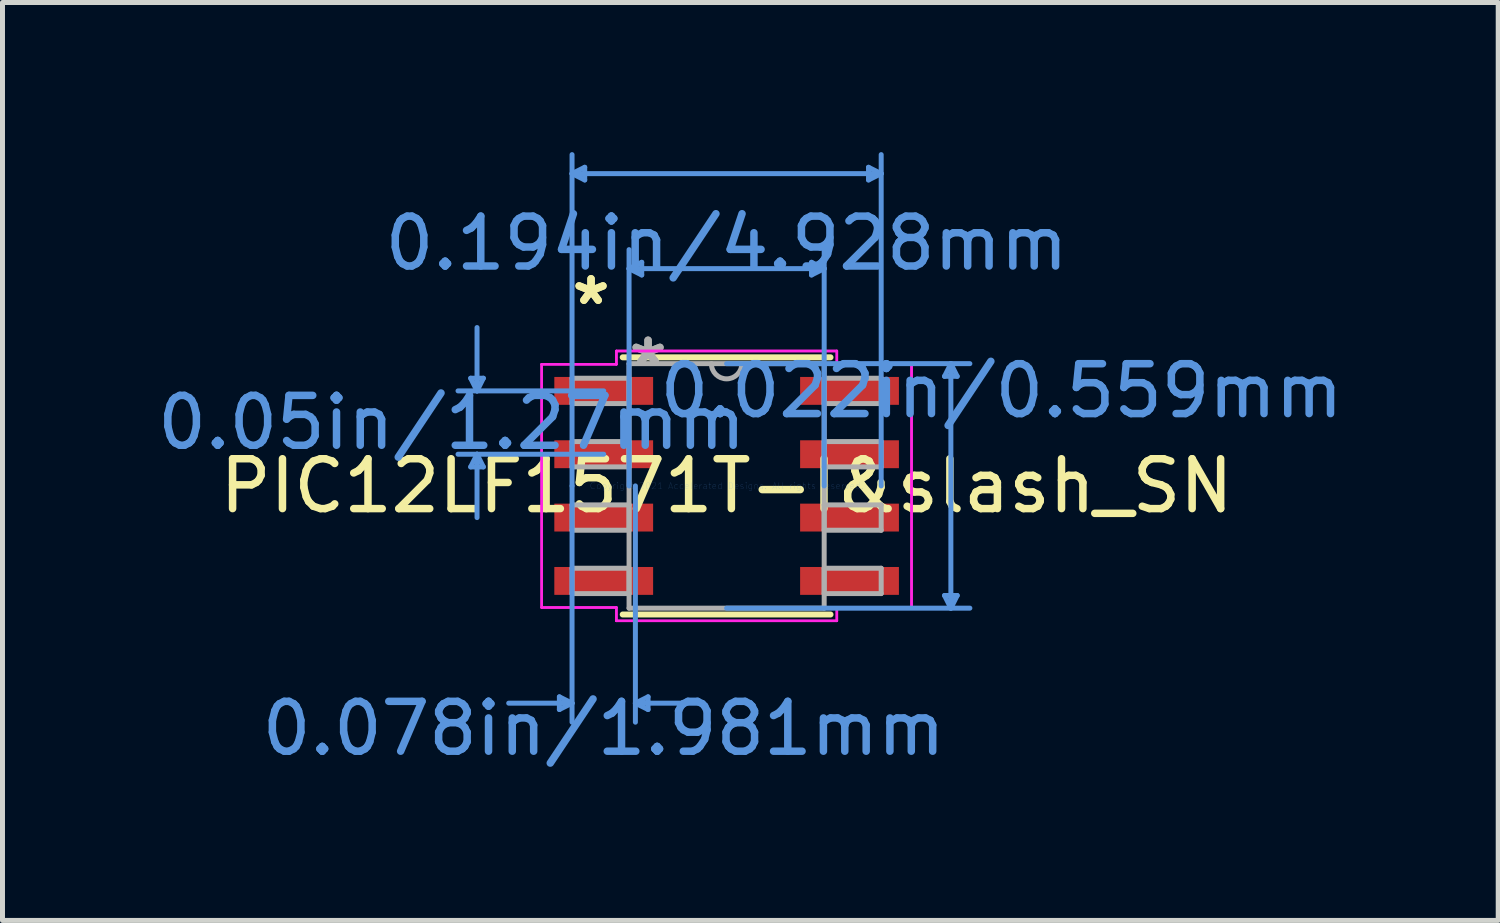
<source format=kicad_pcb>
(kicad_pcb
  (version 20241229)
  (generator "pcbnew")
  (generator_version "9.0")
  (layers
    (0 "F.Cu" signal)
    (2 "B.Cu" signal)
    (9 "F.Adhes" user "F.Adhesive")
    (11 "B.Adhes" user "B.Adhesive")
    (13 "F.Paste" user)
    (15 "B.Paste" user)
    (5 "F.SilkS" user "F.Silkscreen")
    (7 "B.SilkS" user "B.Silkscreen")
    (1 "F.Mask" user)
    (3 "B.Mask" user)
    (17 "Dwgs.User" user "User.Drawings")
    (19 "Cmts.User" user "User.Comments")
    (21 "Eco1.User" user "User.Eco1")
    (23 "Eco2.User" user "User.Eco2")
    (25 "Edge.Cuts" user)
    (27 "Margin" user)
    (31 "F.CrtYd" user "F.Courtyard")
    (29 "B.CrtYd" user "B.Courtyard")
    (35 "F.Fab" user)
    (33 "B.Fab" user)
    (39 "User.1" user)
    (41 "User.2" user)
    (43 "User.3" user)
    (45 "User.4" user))
  (footprint "PIC12LF1571T-I&slash_SN"
    (layer "F.Cu")
    (at 11.518 6.692)
    (property "Reference" "PIC12LF1571T-I&slash_SN" (at 0 0 0) (layer "F.SilkS") (effects (font (size 1 1) (thickness 0.15))))
    (attr through_hole)
    (fp_line (start -2.083 2.578) (end 2.083 2.578) (stroke (width 0.12) (type solid)) (layer "F.SilkS"))
    (fp_line (start 2.083 -2.578) (end -2.083 -2.578) (stroke (width 0.12) (type solid)) (layer "F.SilkS"))
    (fp_line (start -5.131 -2.159) (end -4.877 -2.159) (stroke (width 0.1) (type solid)) (layer "Cmts.User"))
    (fp_line (start -5.131 -0.381) (end -4.877 -0.381) (stroke (width 0.1) (type solid)) (layer "Cmts.User"))
    (fp_line (start -5.004 -1.905) (end -5.131 -2.159) (stroke (width 0.1) (type solid)) (layer "Cmts.User"))
    (fp_line (start -5.004 -1.905) (end -5.004 -3.175) (stroke (width 0.1) (type solid)) (layer "Cmts.User"))
    (fp_line (start -5.004 -1.905) (end -4.877 -2.159) (stroke (width 0.1) (type solid)) (layer "Cmts.User"))
    (fp_line (start -5.004 -0.635) (end -5.131 -0.381) (stroke (width 0.1) (type solid)) (layer "Cmts.User"))
    (fp_line (start -5.004 -0.635) (end -5.004 0.635) (stroke (width 0.1) (type solid)) (layer "Cmts.User"))
    (fp_line (start -5.004 -0.635) (end -4.877 -0.381) (stroke (width 0.1) (type solid)) (layer "Cmts.User"))
    (fp_line (start -3.353 4.229) (end -3.353 4.483) (stroke (width 0.1) (type solid)) (layer "Cmts.User"))
    (fp_line (start -3.099 -6.261) (end -2.845 -6.388) (stroke (width 0.1) (type solid)) (layer "Cmts.User"))
    (fp_line (start -3.099 -6.261) (end -2.845 -6.134) (stroke (width 0.1) (type solid)) (layer "Cmts.User"))
    (fp_line (start -3.099 -6.261) (end 3.099 -6.261) (stroke (width 0.1) (type solid)) (layer "Cmts.User"))
    (fp_line (start -3.099 0) (end -3.099 -6.642) (stroke (width 0.1) (type solid)) (layer "Cmts.User"))
    (fp_line (start -3.099 0) (end -3.099 4.737) (stroke (width 0.1) (type solid)) (layer "Cmts.User"))
    (fp_line (start -3.099 4.356) (end -4.369 4.356) (stroke (width 0.1) (type solid)) (layer "Cmts.User"))
    (fp_line (start -3.099 4.356) (end -3.353 4.229) (stroke (width 0.1) (type solid)) (layer "Cmts.User"))
    (fp_line (start -3.099 4.356) (end -3.353 4.483) (stroke (width 0.1) (type solid)) (layer "Cmts.User"))
    (fp_line (start -2.845 -6.388) (end -2.845 -6.134) (stroke (width 0.1) (type solid)) (layer "Cmts.User"))
    (fp_line (start -2.464 -1.905) (end -5.385 -1.905) (stroke (width 0.1) (type solid)) (layer "Cmts.User"))
    (fp_line (start -2.464 -0.635) (end -5.385 -0.635) (stroke (width 0.1) (type solid)) (layer "Cmts.User"))
    (fp_line (start -1.956 -4.356) (end -1.702 -4.483) (stroke (width 0.1) (type solid)) (layer "Cmts.User"))
    (fp_line (start -1.956 -4.356) (end -1.702 -4.229) (stroke (width 0.1) (type solid)) (layer "Cmts.User"))
    (fp_line (start -1.956 -4.356) (end 1.956 -4.356) (stroke (width 0.1) (type solid)) (layer "Cmts.User"))
    (fp_line (start -1.956 0) (end -1.956 -4.737) (stroke (width 0.1) (type solid)) (layer "Cmts.User"))
    (fp_line (start -1.829 0) (end -1.829 4.737) (stroke (width 0.1) (type solid)) (layer "Cmts.User"))
    (fp_line (start -1.829 4.356) (end -1.575 4.229) (stroke (width 0.1) (type solid)) (layer "Cmts.User"))
    (fp_line (start -1.829 4.356) (end -1.575 4.483) (stroke (width 0.1) (type solid)) (layer "Cmts.User"))
    (fp_line (start -1.829 4.356) (end -0.559 4.356) (stroke (width 0.1) (type solid)) (layer "Cmts.User"))
    (fp_line (start -1.702 -4.483) (end -1.702 -4.229) (stroke (width 0.1) (type solid)) (layer "Cmts.User"))
    (fp_line (start -1.575 4.229) (end -1.575 4.483) (stroke (width 0.1) (type solid)) (layer "Cmts.User"))
    (fp_line (start 0 -2.451) (end 4.877 -2.451) (stroke (width 0.1) (type solid)) (layer "Cmts.User"))
    (fp_line (start 0 2.451) (end 4.877 2.451) (stroke (width 0.1) (type solid)) (layer "Cmts.User"))
    (fp_line (start 1.702 -4.483) (end 1.702 -4.229) (stroke (width 0.1) (type solid)) (layer "Cmts.User"))
    (fp_line (start 1.956 -4.356) (end 1.702 -4.483) (stroke (width 0.1) (type solid)) (layer "Cmts.User"))
    (fp_line (start 1.956 -4.356) (end 1.702 -4.229) (stroke (width 0.1) (type solid)) (layer "Cmts.User"))
    (fp_line (start 1.956 0) (end 1.956 -4.737) (stroke (width 0.1) (type solid)) (layer "Cmts.User"))
    (fp_line (start 2.845 -6.388) (end 2.845 -6.134) (stroke (width 0.1) (type solid)) (layer "Cmts.User"))
    (fp_line (start 3.099 -6.261) (end 2.845 -6.388) (stroke (width 0.1) (type solid)) (layer "Cmts.User"))
    (fp_line (start 3.099 -6.261) (end 2.845 -6.134) (stroke (width 0.1) (type solid)) (layer "Cmts.User"))
    (fp_line (start 3.099 0) (end 3.099 -6.642) (stroke (width 0.1) (type solid)) (layer "Cmts.User"))
    (fp_line (start 4.369 -2.197) (end 4.623 -2.197) (stroke (width 0.1) (type solid)) (layer "Cmts.User"))
    (fp_line (start 4.369 2.197) (end 4.623 2.197) (stroke (width 0.1) (type solid)) (layer "Cmts.User"))
    (fp_line (start 4.496 -2.451) (end 4.369 -2.197) (stroke (width 0.1) (type solid)) (layer "Cmts.User"))
    (fp_line (start 4.496 -2.451) (end 4.496 2.451) (stroke (width 0.1) (type solid)) (layer "Cmts.User"))
    (fp_line (start 4.496 -2.451) (end 4.623 -2.197) (stroke (width 0.1) (type solid)) (layer "Cmts.User"))
    (fp_line (start 4.496 2.451) (end 4.369 2.197) (stroke (width 0.1) (type solid)) (layer "Cmts.User"))
    (fp_line (start 4.496 2.451) (end 4.623 2.197) (stroke (width 0.1) (type solid)) (layer "Cmts.User"))
    (fp_line (start -3.708 -2.438) (end -2.21 -2.438) (stroke (width 0.05) (type solid)) (layer "F.CrtYd"))
    (fp_line (start -3.708 -2.438) (end -2.21 -2.438) (stroke (width 0.05) (type solid)) (layer "F.CrtYd"))
    (fp_line (start -3.708 2.438) (end -3.708 -2.438) (stroke (width 0.05) (type solid)) (layer "F.CrtYd"))
    (fp_line (start -3.708 2.438) (end -3.708 -2.438) (stroke (width 0.05) (type solid)) (layer "F.CrtYd"))
    (fp_line (start -3.708 2.438) (end -2.21 2.438) (stroke (width 0.05) (type solid)) (layer "F.CrtYd"))
    (fp_line (start -2.21 -2.705) (end 2.21 -2.705) (stroke (width 0.05) (type solid)) (layer "F.CrtYd"))
    (fp_line (start -2.21 -2.705) (end 2.21 -2.705) (stroke (width 0.05) (type solid)) (layer "F.CrtYd"))
    (fp_line (start -2.21 -2.438) (end -2.21 -2.705) (stroke (width 0.05) (type solid)) (layer "F.CrtYd"))
    (fp_line (start -2.21 -2.438) (end -2.21 -2.705) (stroke (width 0.05) (type solid)) (layer "F.CrtYd"))
    (fp_line (start -2.21 2.438) (end -3.708 2.438) (stroke (width 0.05) (type solid)) (layer "F.CrtYd"))
    (fp_line (start -2.21 2.705) (end -2.21 2.438) (stroke (width 0.05) (type solid)) (layer "F.CrtYd"))
    (fp_line (start -2.21 2.705) (end -2.21 2.438) (stroke (width 0.05) (type solid)) (layer "F.CrtYd"))
    (fp_line (start 2.21 -2.705) (end 2.21 -2.438) (stroke (width 0.05) (type solid)) (layer "F.CrtYd"))
    (fp_line (start 2.21 -2.705) (end 2.21 -2.438) (stroke (width 0.05) (type solid)) (layer "F.CrtYd"))
    (fp_line (start 2.21 -2.438) (end 3.708 -2.438) (stroke (width 0.05) (type solid)) (layer "F.CrtYd"))
    (fp_line (start 2.21 2.438) (end 2.21 2.705) (stroke (width 0.05) (type solid)) (layer "F.CrtYd"))
    (fp_line (start 2.21 2.438) (end 2.21 2.705) (stroke (width 0.05) (type solid)) (layer "F.CrtYd"))
    (fp_line (start 2.21 2.705) (end -2.21 2.705) (stroke (width 0.05) (type solid)) (layer "F.CrtYd"))
    (fp_line (start 2.21 2.705) (end -2.21 2.705) (stroke (width 0.05) (type solid)) (layer "F.CrtYd"))
    (fp_line (start 3.708 -2.438) (end 2.21 -2.438) (stroke (width 0.05) (type solid)) (layer "F.CrtYd"))
    (fp_line (start 3.708 -2.438) (end 3.708 2.438) (stroke (width 0.05) (type solid)) (layer "F.CrtYd"))
    (fp_line (start 3.708 -2.438) (end 3.708 2.438) (stroke (width 0.05) (type solid)) (layer "F.CrtYd"))
    (fp_line (start 3.708 2.438) (end 2.21 2.438) (stroke (width 0.05) (type solid)) (layer "F.CrtYd"))
    (fp_line (start 3.708 2.438) (end 2.21 2.438) (stroke (width 0.05) (type solid)) (layer "F.CrtYd"))
    (fp_line (start -3.099 -2.159) (end -3.099 -1.651) (stroke (width 0.1) (type solid)) (layer "F.Fab"))
    (fp_line (start -3.099 -1.651) (end -1.956 -1.651) (stroke (width 0.1) (type solid)) (layer "F.Fab"))
    (fp_line (start -3.099 -0.889) (end -3.099 -0.381) (stroke (width 0.1) (type solid)) (layer "F.Fab"))
    (fp_line (start -3.099 -0.381) (end -1.956 -0.381) (stroke (width 0.1) (type solid)) (layer "F.Fab"))
    (fp_line (start -3.099 0.381) (end -3.099 0.889) (stroke (width 0.1) (type solid)) (layer "F.Fab"))
    (fp_line (start -3.099 0.889) (end -1.956 0.889) (stroke (width 0.1) (type solid)) (layer "F.Fab"))
    (fp_line (start -3.099 1.651) (end -3.099 2.159) (stroke (width 0.1) (type solid)) (layer "F.Fab"))
    (fp_line (start -3.099 2.159) (end -1.956 2.159) (stroke (width 0.1) (type solid)) (layer "F.Fab"))
    (fp_line (start -1.956 -2.451) (end -1.956 2.451) (stroke (width 0.1) (type solid)) (layer "F.Fab"))
    (fp_line (start -1.956 -2.159) (end -3.099 -2.159) (stroke (width 0.1) (type solid)) (layer "F.Fab"))
    (fp_line (start -1.956 -1.651) (end -1.956 -2.159) (stroke (width 0.1) (type solid)) (layer "F.Fab"))
    (fp_line (start -1.956 -0.889) (end -3.099 -0.889) (stroke (width 0.1) (type solid)) (layer "F.Fab"))
    (fp_line (start -1.956 -0.381) (end -1.956 -0.889) (stroke (width 0.1) (type solid)) (layer "F.Fab"))
    (fp_line (start -1.956 0.381) (end -3.099 0.381) (stroke (width 0.1) (type solid)) (layer "F.Fab"))
    (fp_line (start -1.956 0.889) (end -1.956 0.381) (stroke (width 0.1) (type solid)) (layer "F.Fab"))
    (fp_line (start -1.956 1.651) (end -3.099 1.651) (stroke (width 0.1) (type solid)) (layer "F.Fab"))
    (fp_line (start -1.956 2.159) (end -1.956 1.651) (stroke (width 0.1) (type solid)) (layer "F.Fab"))
    (fp_line (start -1.956 2.451) (end 1.956 2.451) (stroke (width 0.1) (type solid)) (layer "F.Fab"))
    (fp_line (start 1.956 -2.451) (end -1.956 -2.451) (stroke (width 0.1) (type solid)) (layer "F.Fab"))
    (fp_line (start 1.956 -2.159) (end 1.956 -1.651) (stroke (width 0.1) (type solid)) (layer "F.Fab"))
    (fp_line (start 1.956 -1.651) (end 3.099 -1.651) (stroke (width 0.1) (type solid)) (layer "F.Fab"))
    (fp_line (start 1.956 -0.889) (end 1.956 -0.381) (stroke (width 0.1) (type solid)) (layer "F.Fab"))
    (fp_line (start 1.956 -0.381) (end 3.099 -0.381) (stroke (width 0.1) (type solid)) (layer "F.Fab"))
    (fp_line (start 1.956 0.381) (end 1.956 0.889) (stroke (width 0.1) (type solid)) (layer "F.Fab"))
    (fp_line (start 1.956 0.889) (end 3.099 0.889) (stroke (width 0.1) (type solid)) (layer "F.Fab"))
    (fp_line (start 1.956 1.651) (end 1.956 2.159) (stroke (width 0.1) (type solid)) (layer "F.Fab"))
    (fp_line (start 1.956 2.159) (end 3.099 2.159) (stroke (width 0.1) (type solid)) (layer "F.Fab"))
    (fp_line (start 1.956 2.451) (end 1.956 -2.451) (stroke (width 0.1) (type solid)) (layer "F.Fab"))
    (fp_line (start 3.099 -2.159) (end 1.956 -2.159) (stroke (width 0.1) (type solid)) (layer "F.Fab"))
    (fp_line (start 3.099 -1.651) (end 3.099 -2.159) (stroke (width 0.1) (type solid)) (layer "F.Fab"))
    (fp_line (start 3.099 -0.889) (end 1.956 -0.889) (stroke (width 0.1) (type solid)) (layer "F.Fab"))
    (fp_line (start 3.099 -0.381) (end 3.099 -0.889) (stroke (width 0.1) (type solid)) (layer "F.Fab"))
    (fp_line (start 3.099 0.381) (end 1.956 0.381) (stroke (width 0.1) (type solid)) (layer "F.Fab"))
    (fp_line (start 3.099 0.889) (end 3.099 0.381) (stroke (width 0.1) (type solid)) (layer "F.Fab"))
    (fp_line (start 3.099 1.651) (end 1.956 1.651) (stroke (width 0.1) (type solid)) (layer "F.Fab"))
    (fp_line (start 3.099 2.159) (end 3.099 1.651) (stroke (width 0.1) (type solid)) (layer "F.Fab"))
    (fp_arc (start 0.3048 -2.4511) (mid 0 -2.1463) (end -0.3048 -2.4511) (stroke (width 0.1) (type solid)) (layer "F.Fab"))
    (fp_text user "*" (at -2.718 -3.607 0) (layer "F.SilkS") (effects (font (size 1 1) (thickness 0.15))))
    (fp_text user "*" (at -2.718 -3.607 0) (layer "F.SilkS") (effects (font (size 1 1) (thickness 0.15))))
    (fp_text user "0.05in/1.27mm" (at -5.512 -1.27 0) (layer "Cmts.User") (effects (font (size 1 1) (thickness 0.15))))
    (fp_text user "0.078in/1.981mm" (at -2.464 4.864 0) (layer "Cmts.User") (effects (font (size 1 1) (thickness 0.15))))
    (fp_text user "0.022in/0.559mm" (at 5.512 -1.905 0) (layer "Cmts.User") (effects (font (size 1 1) (thickness 0.15))))
    (fp_text user "Copyright 2021 Accelerated Designs. All rights reserved." (at 0 0 0) (layer "Cmts.User") (effects (font (size 0.127 0.127) (thickness 0.002))))
    (fp_text user "0.194in/4.928mm" (at 0 -4.864 0) (layer "Cmts.User") (effects (font (size 1 1) (thickness 0.15))))
    (fp_text user "*" (at -1.575 -2.375 0) (layer "F.Fab") (effects (font (size 1 1) (thickness 0.15))))
    (fp_text user "*" (at -1.575 -2.375 0) (layer "F.Fab") (effects (font (size 1 1) (thickness 0.15))))
    (pad "1" smd rect (at -2.464 -1.905) (size 1.981 0.559) (layers "F.Cu" "F.Mask" "F.Paste"))
    (pad "2" smd rect (at -2.464 -0.635) (size 1.981 0.559) (layers "F.Cu" "F.Mask" "F.Paste"))
    (pad "3" smd rect (at -2.464 0.635) (size 1.981 0.559) (layers "F.Cu" "F.Mask" "F.Paste"))
    (pad "4" smd rect (at -2.464 1.905) (size 1.981 0.559) (layers "F.Cu" "F.Mask" "F.Paste"))
    (pad "5" smd rect (at 2.464 1.905) (size 1.981 0.559) (layers "F.Cu" "F.Mask" "F.Paste"))
    (pad "6" smd rect (at 2.464 0.635) (size 1.981 0.559) (layers "F.Cu" "F.Mask" "F.Paste"))
    (pad "7" smd rect (at 2.464 -0.635) (size 1.981 0.559) (layers "F.Cu" "F.Mask" "F.Paste"))
    (pad "8" smd rect (at 2.464 -1.905) (size 1.981 0.559) (layers "F.Cu" "F.Mask" "F.Paste")))
  (gr_rect
    (start -3 -3)
    (end 26.988 15.404)
    (stroke (width 0.1) (type default))
    (fill no)
    (layer "Edge.Cuts")))
</source>
